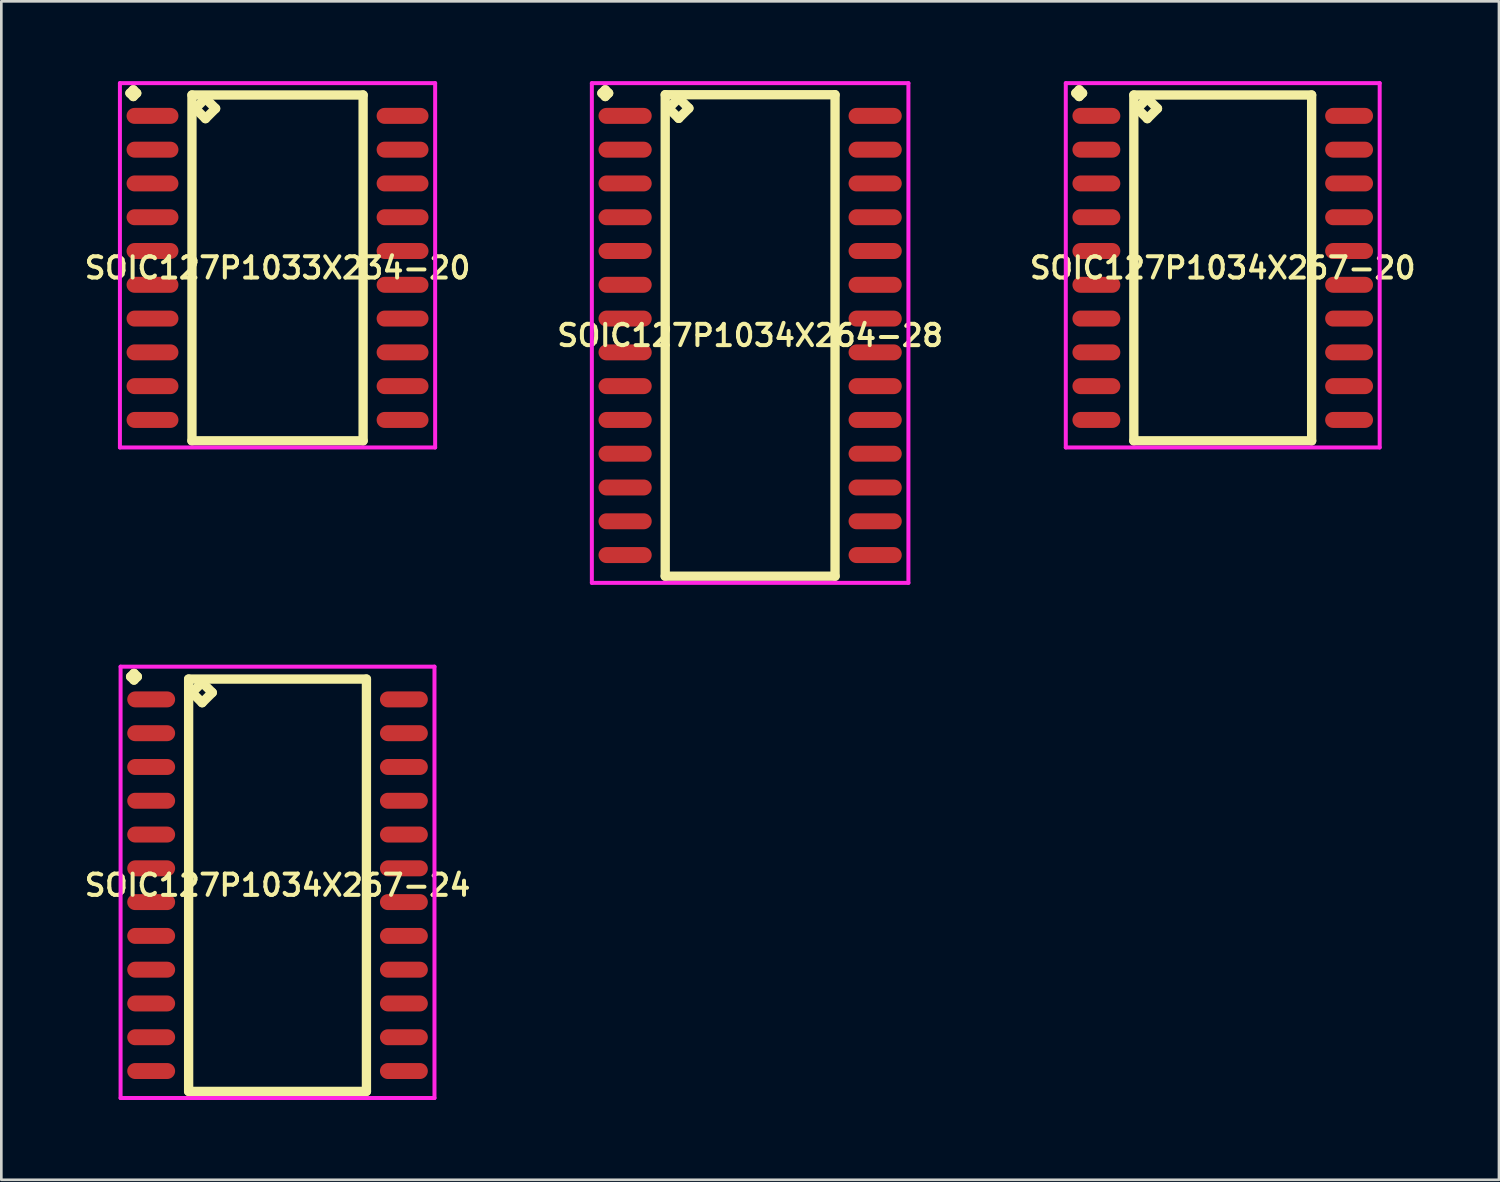
<source format=kicad_pcb>
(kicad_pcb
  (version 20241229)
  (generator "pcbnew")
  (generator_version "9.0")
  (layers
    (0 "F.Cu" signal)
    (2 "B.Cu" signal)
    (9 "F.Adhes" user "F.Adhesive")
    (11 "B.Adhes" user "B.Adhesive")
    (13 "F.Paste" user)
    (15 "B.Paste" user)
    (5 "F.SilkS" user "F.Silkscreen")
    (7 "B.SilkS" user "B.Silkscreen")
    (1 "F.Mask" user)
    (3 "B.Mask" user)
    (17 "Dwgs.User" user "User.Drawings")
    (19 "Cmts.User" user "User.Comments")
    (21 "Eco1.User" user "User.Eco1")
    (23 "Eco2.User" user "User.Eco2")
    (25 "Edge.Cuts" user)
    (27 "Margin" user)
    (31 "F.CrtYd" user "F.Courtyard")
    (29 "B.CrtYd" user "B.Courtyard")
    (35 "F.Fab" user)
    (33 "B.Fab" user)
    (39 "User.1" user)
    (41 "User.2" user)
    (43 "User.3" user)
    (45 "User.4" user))
  (footprint "SOIC127P1034X267-24"
    (layer "F.Cu")
    (at 7.383 30.227)
    (property "Reference" "SOIC127P1034X267-24" (at 0 0 0) (layer "F.SilkS") (effects (font (size 0.8 0.8) (thickness 0.15))))
    (attr smd)
    (fp_line (start -5.523 -7.839) (end -5.396 -7.966) (stroke (width 0.35) (type solid)) (layer "F.SilkS"))
    (fp_line (start -5.396 -7.966) (end -5.269 -7.839) (stroke (width 0.35) (type solid)) (layer "F.SilkS"))
    (fp_line (start -5.396 -7.712) (end -5.523 -7.839) (stroke (width 0.35) (type solid)) (layer "F.SilkS"))
    (fp_line (start -5.269 -7.839) (end -5.396 -7.712) (stroke (width 0.35) (type solid)) (layer "F.SilkS"))
    (fp_line (start -3.342 -7.75) (end -3.342 7.75) (stroke (width 0.35) (type solid)) (layer "F.SilkS"))
    (fp_line (start -3.342 7.75) (end 3.342 7.75) (stroke (width 0.35) (type solid)) (layer "F.SilkS"))
    (fp_line (start -3.215 -7.242) (end -2.834 -7.623) (stroke (width 0.35) (type solid)) (layer "F.SilkS"))
    (fp_line (start -2.834 -7.623) (end -2.453 -7.242) (stroke (width 0.35) (type solid)) (layer "F.SilkS"))
    (fp_line (start -2.834 -6.861) (end -3.215 -7.242) (stroke (width 0.35) (type solid)) (layer "F.SilkS"))
    (fp_line (start -2.453 -7.242) (end -2.834 -6.861) (stroke (width 0.35) (type solid)) (layer "F.SilkS"))
    (fp_line (start 3.342 -7.75) (end -3.342 -7.75) (stroke (width 0.35) (type solid)) (layer "F.SilkS"))
    (fp_line (start 3.342 7.75) (end 3.342 -7.75) (stroke (width 0.35) (type solid)) (layer "F.SilkS"))
    (fp_line (start -5.9 -8.216) (end 5.9 -8.216) (stroke (width 0.15) (type solid)) (layer "F.CrtYd"))
    (fp_line (start -5.9 8) (end -5.9 -8.216) (stroke (width 0.15) (type solid)) (layer "F.CrtYd"))
    (fp_line (start 5.9 -8.216) (end 5.9 8) (stroke (width 0.15) (type solid)) (layer "F.CrtYd"))
    (fp_line (start 5.9 8) (end -5.9 8) (stroke (width 0.15) (type solid)) (layer "F.CrtYd"))
    (pad "1" smd oval (at -4.75 -6.985) (size 1.8 0.6) (layers "F.Cu" "F.Mask" "F.Paste"))
    (pad "2" smd oval (at -4.75 -5.715) (size 1.8 0.6) (layers "F.Cu" "F.Mask" "F.Paste"))
    (pad "3" smd oval (at -4.75 -4.445) (size 1.8 0.6) (layers "F.Cu" "F.Mask" "F.Paste"))
    (pad "4" smd oval (at -4.75 -3.175) (size 1.8 0.6) (layers "F.Cu" "F.Mask" "F.Paste"))
    (pad "5" smd oval (at -4.75 -1.905) (size 1.8 0.6) (layers "F.Cu" "F.Mask" "F.Paste"))
    (pad "6" smd oval (at -4.75 -0.635) (size 1.8 0.6) (layers "F.Cu" "F.Mask" "F.Paste"))
    (pad "7" smd oval (at -4.75 0.635) (size 1.8 0.6) (layers "F.Cu" "F.Mask" "F.Paste"))
    (pad "8" smd oval (at -4.75 1.905) (size 1.8 0.6) (layers "F.Cu" "F.Mask" "F.Paste"))
    (pad "9" smd oval (at -4.75 3.175) (size 1.8 0.6) (layers "F.Cu" "F.Mask" "F.Paste"))
    (pad "10" smd oval (at -4.75 4.445) (size 1.8 0.6) (layers "F.Cu" "F.Mask" "F.Paste"))
    (pad "11" smd oval (at -4.75 5.715) (size 1.8 0.6) (layers "F.Cu" "F.Mask" "F.Paste"))
    (pad "12" smd oval (at -4.75 6.985) (size 1.8 0.6) (layers "F.Cu" "F.Mask" "F.Paste"))
    (pad "13" smd oval (at 4.75 6.985) (size 1.8 0.6) (layers "F.Cu" "F.Mask" "F.Paste"))
    (pad "14" smd oval (at 4.75 5.715) (size 1.8 0.6) (layers "F.Cu" "F.Mask" "F.Paste"))
    (pad "15" smd oval (at 4.75 4.445) (size 1.8 0.6) (layers "F.Cu" "F.Mask" "F.Paste"))
    (pad "16" smd oval (at 4.75 3.175) (size 1.8 0.6) (layers "F.Cu" "F.Mask" "F.Paste"))
    (pad "17" smd oval (at 4.75 1.905) (size 1.8 0.6) (layers "F.Cu" "F.Mask" "F.Paste"))
    (pad "18" smd oval (at 4.75 0.635) (size 1.8 0.6) (layers "F.Cu" "F.Mask" "F.Paste"))
    (pad "19" smd oval (at 4.75 -0.635) (size 1.8 0.6) (layers "F.Cu" "F.Mask" "F.Paste"))
    (pad "20" smd oval (at 4.75 -1.905) (size 1.8 0.6) (layers "F.Cu" "F.Mask" "F.Paste"))
    (pad "21" smd oval (at 4.75 -3.175) (size 1.8 0.6) (layers "F.Cu" "F.Mask" "F.Paste"))
    (pad "22" smd oval (at 4.75 -4.445) (size 1.8 0.6) (layers "F.Cu" "F.Mask" "F.Paste"))
    (pad "23" smd oval (at 4.75 -5.715) (size 1.8 0.6) (layers "F.Cu" "F.Mask" "F.Paste"))
    (pad "24" smd oval (at 4.75 -6.985) (size 1.8 0.6) (layers "F.Cu" "F.Mask" "F.Paste")))
  (footprint "SOIC127P1033X234-20"
    (layer "F.Cu")
    (at 7.383 7.021)
    (property "Reference" "SOIC127P1033X234-20" (at 0 0 0) (layer "F.SilkS") (effects (font (size 0.8 0.8) (thickness 0.15))))
    (attr smd)
    (fp_line (start -5.548 -6.569) (end -5.421 -6.696) (stroke (width 0.35) (type solid)) (layer "F.SilkS"))
    (fp_line (start -5.421 -6.696) (end -5.294 -6.569) (stroke (width 0.35) (type solid)) (layer "F.SilkS"))
    (fp_line (start -5.421 -6.442) (end -5.548 -6.569) (stroke (width 0.35) (type solid)) (layer "F.SilkS"))
    (fp_line (start -5.294 -6.569) (end -5.421 -6.442) (stroke (width 0.35) (type solid)) (layer "F.SilkS"))
    (fp_line (start -3.217 -6.5) (end -3.217 6.5) (stroke (width 0.35) (type solid)) (layer "F.SilkS"))
    (fp_line (start -3.217 6.5) (end 3.217 6.5) (stroke (width 0.35) (type solid)) (layer "F.SilkS"))
    (fp_line (start -3.09 -5.992) (end -2.709 -6.373) (stroke (width 0.35) (type solid)) (layer "F.SilkS"))
    (fp_line (start -2.709 -6.373) (end -2.328 -5.992) (stroke (width 0.35) (type solid)) (layer "F.SilkS"))
    (fp_line (start -2.709 -5.611) (end -3.09 -5.992) (stroke (width 0.35) (type solid)) (layer "F.SilkS"))
    (fp_line (start -2.328 -5.992) (end -2.709 -5.611) (stroke (width 0.35) (type solid)) (layer "F.SilkS"))
    (fp_line (start 3.217 -6.5) (end -3.217 -6.5) (stroke (width 0.35) (type solid)) (layer "F.SilkS"))
    (fp_line (start 3.217 6.5) (end 3.217 -6.5) (stroke (width 0.35) (type solid)) (layer "F.SilkS"))
    (fp_line (start -5.925 -6.946) (end 5.925 -6.946) (stroke (width 0.15) (type solid)) (layer "F.CrtYd"))
    (fp_line (start -5.925 6.75) (end -5.925 -6.946) (stroke (width 0.15) (type solid)) (layer "F.CrtYd"))
    (fp_line (start 5.925 -6.946) (end 5.925 6.75) (stroke (width 0.15) (type solid)) (layer "F.CrtYd"))
    (fp_line (start 5.925 6.75) (end -5.925 6.75) (stroke (width 0.15) (type solid)) (layer "F.CrtYd"))
    (pad "1" smd oval (at -4.7 -5.715) (size 1.95 0.6) (layers "F.Cu" "F.Mask" "F.Paste"))
    (pad "2" smd oval (at -4.7 -4.445) (size 1.95 0.6) (layers "F.Cu" "F.Mask" "F.Paste"))
    (pad "3" smd oval (at -4.7 -3.175) (size 1.95 0.6) (layers "F.Cu" "F.Mask" "F.Paste"))
    (pad "4" smd oval (at -4.7 -1.905) (size 1.95 0.6) (layers "F.Cu" "F.Mask" "F.Paste"))
    (pad "5" smd oval (at -4.7 -0.635) (size 1.95 0.6) (layers "F.Cu" "F.Mask" "F.Paste"))
    (pad "6" smd oval (at -4.7 0.635) (size 1.95 0.6) (layers "F.Cu" "F.Mask" "F.Paste"))
    (pad "7" smd oval (at -4.7 1.905) (size 1.95 0.6) (layers "F.Cu" "F.Mask" "F.Paste"))
    (pad "8" smd oval (at -4.7 3.175) (size 1.95 0.6) (layers "F.Cu" "F.Mask" "F.Paste"))
    (pad "9" smd oval (at -4.7 4.445) (size 1.95 0.6) (layers "F.Cu" "F.Mask" "F.Paste"))
    (pad "10" smd oval (at -4.7 5.715) (size 1.95 0.6) (layers "F.Cu" "F.Mask" "F.Paste"))
    (pad "11" smd oval (at 4.7 5.715) (size 1.95 0.6) (layers "F.Cu" "F.Mask" "F.Paste"))
    (pad "12" smd oval (at 4.7 4.445) (size 1.95 0.6) (layers "F.Cu" "F.Mask" "F.Paste"))
    (pad "13" smd oval (at 4.7 3.175) (size 1.95 0.6) (layers "F.Cu" "F.Mask" "F.Paste"))
    (pad "14" smd oval (at 4.7 1.905) (size 1.95 0.6) (layers "F.Cu" "F.Mask" "F.Paste"))
    (pad "15" smd oval (at 4.7 0.635) (size 1.95 0.6) (layers "F.Cu" "F.Mask" "F.Paste"))
    (pad "16" smd oval (at 4.7 -0.635) (size 1.95 0.6) (layers "F.Cu" "F.Mask" "F.Paste"))
    (pad "17" smd oval (at 4.7 -1.905) (size 1.95 0.6) (layers "F.Cu" "F.Mask" "F.Paste"))
    (pad "18" smd oval (at 4.7 -3.175) (size 1.95 0.6) (layers "F.Cu" "F.Mask" "F.Paste"))
    (pad "19" smd oval (at 4.7 -4.445) (size 1.95 0.6) (layers "F.Cu" "F.Mask" "F.Paste"))
    (pad "20" smd oval (at 4.7 -5.715) (size 1.95 0.6) (layers "F.Cu" "F.Mask" "F.Paste")))
  (footprint "SOIC127P1034X264-28"
    (layer "F.Cu")
    (at 25.149 9.561)
    (property "Reference" "SOIC127P1034X264-28" (at 0 0 0) (layer "F.SilkS") (effects (font (size 0.8 0.8) (thickness 0.15))))
    (attr smd)
    (fp_line (start -5.573 -9.109) (end -5.446 -9.236) (stroke (width 0.35) (type solid)) (layer "F.SilkS"))
    (fp_line (start -5.446 -9.236) (end -5.319 -9.109) (stroke (width 0.35) (type solid)) (layer "F.SilkS"))
    (fp_line (start -5.446 -8.982) (end -5.573 -9.109) (stroke (width 0.35) (type solid)) (layer "F.SilkS"))
    (fp_line (start -5.319 -9.109) (end -5.446 -8.982) (stroke (width 0.35) (type solid)) (layer "F.SilkS"))
    (fp_line (start -3.192 -9.05) (end -3.192 9.05) (stroke (width 0.35) (type solid)) (layer "F.SilkS"))
    (fp_line (start -3.192 9.05) (end 3.192 9.05) (stroke (width 0.35) (type solid)) (layer "F.SilkS"))
    (fp_line (start -3.065 -8.542) (end -2.684 -8.923) (stroke (width 0.35) (type solid)) (layer "F.SilkS"))
    (fp_line (start -2.684 -8.923) (end -2.303 -8.542) (stroke (width 0.35) (type solid)) (layer "F.SilkS"))
    (fp_line (start -2.684 -8.161) (end -3.065 -8.542) (stroke (width 0.35) (type solid)) (layer "F.SilkS"))
    (fp_line (start -2.303 -8.542) (end -2.684 -8.161) (stroke (width 0.35) (type solid)) (layer "F.SilkS"))
    (fp_line (start 3.192 -9.05) (end -3.192 -9.05) (stroke (width 0.35) (type solid)) (layer "F.SilkS"))
    (fp_line (start 3.192 9.05) (end 3.192 -9.05) (stroke (width 0.35) (type solid)) (layer "F.SilkS"))
    (fp_line (start -5.95 -9.486) (end 5.95 -9.486) (stroke (width 0.15) (type solid)) (layer "F.CrtYd"))
    (fp_line (start -5.95 9.3) (end -5.95 -9.486) (stroke (width 0.15) (type solid)) (layer "F.CrtYd"))
    (fp_line (start 5.95 -9.486) (end 5.95 9.3) (stroke (width 0.15) (type solid)) (layer "F.CrtYd"))
    (fp_line (start 5.95 9.3) (end -5.95 9.3) (stroke (width 0.15) (type solid)) (layer "F.CrtYd"))
    (pad "1" smd oval (at -4.7 -8.255) (size 2 0.6) (layers "F.Cu" "F.Mask" "F.Paste"))
    (pad "2" smd oval (at -4.7 -6.985) (size 2 0.6) (layers "F.Cu" "F.Mask" "F.Paste"))
    (pad "3" smd oval (at -4.7 -5.715) (size 2 0.6) (layers "F.Cu" "F.Mask" "F.Paste"))
    (pad "4" smd oval (at -4.7 -4.445) (size 2 0.6) (layers "F.Cu" "F.Mask" "F.Paste"))
    (pad "5" smd oval (at -4.7 -3.175) (size 2 0.6) (layers "F.Cu" "F.Mask" "F.Paste"))
    (pad "6" smd oval (at -4.7 -1.905) (size 2 0.6) (layers "F.Cu" "F.Mask" "F.Paste"))
    (pad "7" smd oval (at -4.7 -0.635) (size 2 0.6) (layers "F.Cu" "F.Mask" "F.Paste"))
    (pad "8" smd oval (at -4.7 0.635) (size 2 0.6) (layers "F.Cu" "F.Mask" "F.Paste"))
    (pad "9" smd oval (at -4.7 1.905) (size 2 0.6) (layers "F.Cu" "F.Mask" "F.Paste"))
    (pad "10" smd oval (at -4.7 3.175) (size 2 0.6) (layers "F.Cu" "F.Mask" "F.Paste"))
    (pad "11" smd oval (at -4.7 4.445) (size 2 0.6) (layers "F.Cu" "F.Mask" "F.Paste"))
    (pad "12" smd oval (at -4.7 5.715) (size 2 0.6) (layers "F.Cu" "F.Mask" "F.Paste"))
    (pad "13" smd oval (at -4.7 6.985) (size 2 0.6) (layers "F.Cu" "F.Mask" "F.Paste"))
    (pad "14" smd oval (at -4.7 8.255) (size 2 0.6) (layers "F.Cu" "F.Mask" "F.Paste"))
    (pad "15" smd oval (at 4.7 8.255) (size 2 0.6) (layers "F.Cu" "F.Mask" "F.Paste"))
    (pad "16" smd oval (at 4.7 6.985) (size 2 0.6) (layers "F.Cu" "F.Mask" "F.Paste"))
    (pad "17" smd oval (at 4.7 5.715) (size 2 0.6) (layers "F.Cu" "F.Mask" "F.Paste"))
    (pad "18" smd oval (at 4.7 4.445) (size 2 0.6) (layers "F.Cu" "F.Mask" "F.Paste"))
    (pad "19" smd oval (at 4.7 3.175) (size 2 0.6) (layers "F.Cu" "F.Mask" "F.Paste"))
    (pad "20" smd oval (at 4.7 1.905) (size 2 0.6) (layers "F.Cu" "F.Mask" "F.Paste"))
    (pad "21" smd oval (at 4.7 0.635) (size 2 0.6) (layers "F.Cu" "F.Mask" "F.Paste"))
    (pad "22" smd oval (at 4.7 -0.635) (size 2 0.6) (layers "F.Cu" "F.Mask" "F.Paste"))
    (pad "23" smd oval (at 4.7 -1.905) (size 2 0.6) (layers "F.Cu" "F.Mask" "F.Paste"))
    (pad "24" smd oval (at 4.7 -3.175) (size 2 0.6) (layers "F.Cu" "F.Mask" "F.Paste"))
    (pad "25" smd oval (at 4.7 -4.445) (size 2 0.6) (layers "F.Cu" "F.Mask" "F.Paste"))
    (pad "26" smd oval (at 4.7 -5.715) (size 2 0.6) (layers "F.Cu" "F.Mask" "F.Paste"))
    (pad "27" smd oval (at 4.7 -6.985) (size 2 0.6) (layers "F.Cu" "F.Mask" "F.Paste"))
    (pad "28" smd oval (at 4.7 -8.255) (size 2 0.6) (layers "F.Cu" "F.Mask" "F.Paste")))
  (footprint "SOIC127P1034X267-20"
    (layer "F.Cu")
    (at 42.915 7.021)
    (property "Reference" "SOIC127P1034X267-20" (at 0 0 0) (layer "F.SilkS") (effects (font (size 0.8 0.8) (thickness 0.15))))
    (attr smd)
    (fp_line (start -5.523 -6.569) (end -5.396 -6.696) (stroke (width 0.35) (type solid)) (layer "F.SilkS"))
    (fp_line (start -5.396 -6.696) (end -5.269 -6.569) (stroke (width 0.35) (type solid)) (layer "F.SilkS"))
    (fp_line (start -5.396 -6.442) (end -5.523 -6.569) (stroke (width 0.35) (type solid)) (layer "F.SilkS"))
    (fp_line (start -5.269 -6.569) (end -5.396 -6.442) (stroke (width 0.35) (type solid)) (layer "F.SilkS"))
    (fp_line (start -3.342 -6.5) (end -3.342 6.5) (stroke (width 0.35) (type solid)) (layer "F.SilkS"))
    (fp_line (start -3.342 6.5) (end 3.342 6.5) (stroke (width 0.35) (type solid)) (layer "F.SilkS"))
    (fp_line (start -3.215 -5.992) (end -2.834 -6.373) (stroke (width 0.35) (type solid)) (layer "F.SilkS"))
    (fp_line (start -2.834 -6.373) (end -2.453 -5.992) (stroke (width 0.35) (type solid)) (layer "F.SilkS"))
    (fp_line (start -2.834 -5.611) (end -3.215 -5.992) (stroke (width 0.35) (type solid)) (layer "F.SilkS"))
    (fp_line (start -2.453 -5.992) (end -2.834 -5.611) (stroke (width 0.35) (type solid)) (layer "F.SilkS"))
    (fp_line (start 3.342 -6.5) (end -3.342 -6.5) (stroke (width 0.35) (type solid)) (layer "F.SilkS"))
    (fp_line (start 3.342 6.5) (end 3.342 -6.5) (stroke (width 0.35) (type solid)) (layer "F.SilkS"))
    (fp_line (start -5.9 -6.946) (end 5.9 -6.946) (stroke (width 0.15) (type solid)) (layer "F.CrtYd"))
    (fp_line (start -5.9 6.75) (end -5.9 -6.946) (stroke (width 0.15) (type solid)) (layer "F.CrtYd"))
    (fp_line (start 5.9 -6.946) (end 5.9 6.75) (stroke (width 0.15) (type solid)) (layer "F.CrtYd"))
    (fp_line (start 5.9 6.75) (end -5.9 6.75) (stroke (width 0.15) (type solid)) (layer "F.CrtYd"))
    (pad "1" smd oval (at -4.75 -5.715) (size 1.8 0.6) (layers "F.Cu" "F.Mask" "F.Paste"))
    (pad "2" smd oval (at -4.75 -4.445) (size 1.8 0.6) (layers "F.Cu" "F.Mask" "F.Paste"))
    (pad "3" smd oval (at -4.75 -3.175) (size 1.8 0.6) (layers "F.Cu" "F.Mask" "F.Paste"))
    (pad "4" smd oval (at -4.75 -1.905) (size 1.8 0.6) (layers "F.Cu" "F.Mask" "F.Paste"))
    (pad "5" smd oval (at -4.75 -0.635) (size 1.8 0.6) (layers "F.Cu" "F.Mask" "F.Paste"))
    (pad "6" smd oval (at -4.75 0.635) (size 1.8 0.6) (layers "F.Cu" "F.Mask" "F.Paste"))
    (pad "7" smd oval (at -4.75 1.905) (size 1.8 0.6) (layers "F.Cu" "F.Mask" "F.Paste"))
    (pad "8" smd oval (at -4.75 3.175) (size 1.8 0.6) (layers "F.Cu" "F.Mask" "F.Paste"))
    (pad "9" smd oval (at -4.75 4.445) (size 1.8 0.6) (layers "F.Cu" "F.Mask" "F.Paste"))
    (pad "10" smd oval (at -4.75 5.715) (size 1.8 0.6) (layers "F.Cu" "F.Mask" "F.Paste"))
    (pad "11" smd oval (at 4.75 5.715) (size 1.8 0.6) (layers "F.Cu" "F.Mask" "F.Paste"))
    (pad "12" smd oval (at 4.75 4.445) (size 1.8 0.6) (layers "F.Cu" "F.Mask" "F.Paste"))
    (pad "13" smd oval (at 4.75 3.175) (size 1.8 0.6) (layers "F.Cu" "F.Mask" "F.Paste"))
    (pad "14" smd oval (at 4.75 1.905) (size 1.8 0.6) (layers "F.Cu" "F.Mask" "F.Paste"))
    (pad "15" smd oval (at 4.75 0.635) (size 1.8 0.6) (layers "F.Cu" "F.Mask" "F.Paste"))
    (pad "16" smd oval (at 4.75 -0.635) (size 1.8 0.6) (layers "F.Cu" "F.Mask" "F.Paste"))
    (pad "17" smd oval (at 4.75 -1.905) (size 1.8 0.6) (layers "F.Cu" "F.Mask" "F.Paste"))
    (pad "18" smd oval (at 4.75 -3.175) (size 1.8 0.6) (layers "F.Cu" "F.Mask" "F.Paste"))
    (pad "19" smd oval (at 4.75 -4.445) (size 1.8 0.6) (layers "F.Cu" "F.Mask" "F.Paste"))
    (pad "20" smd oval (at 4.75 -5.715) (size 1.8 0.6) (layers "F.Cu" "F.Mask" "F.Paste")))
  (gr_rect
    (start -3 -3)
    (end 53.299 41.302)
    (stroke (width 0.1) (type default))
    (fill no)
    (layer "Edge.Cuts")))
</source>
